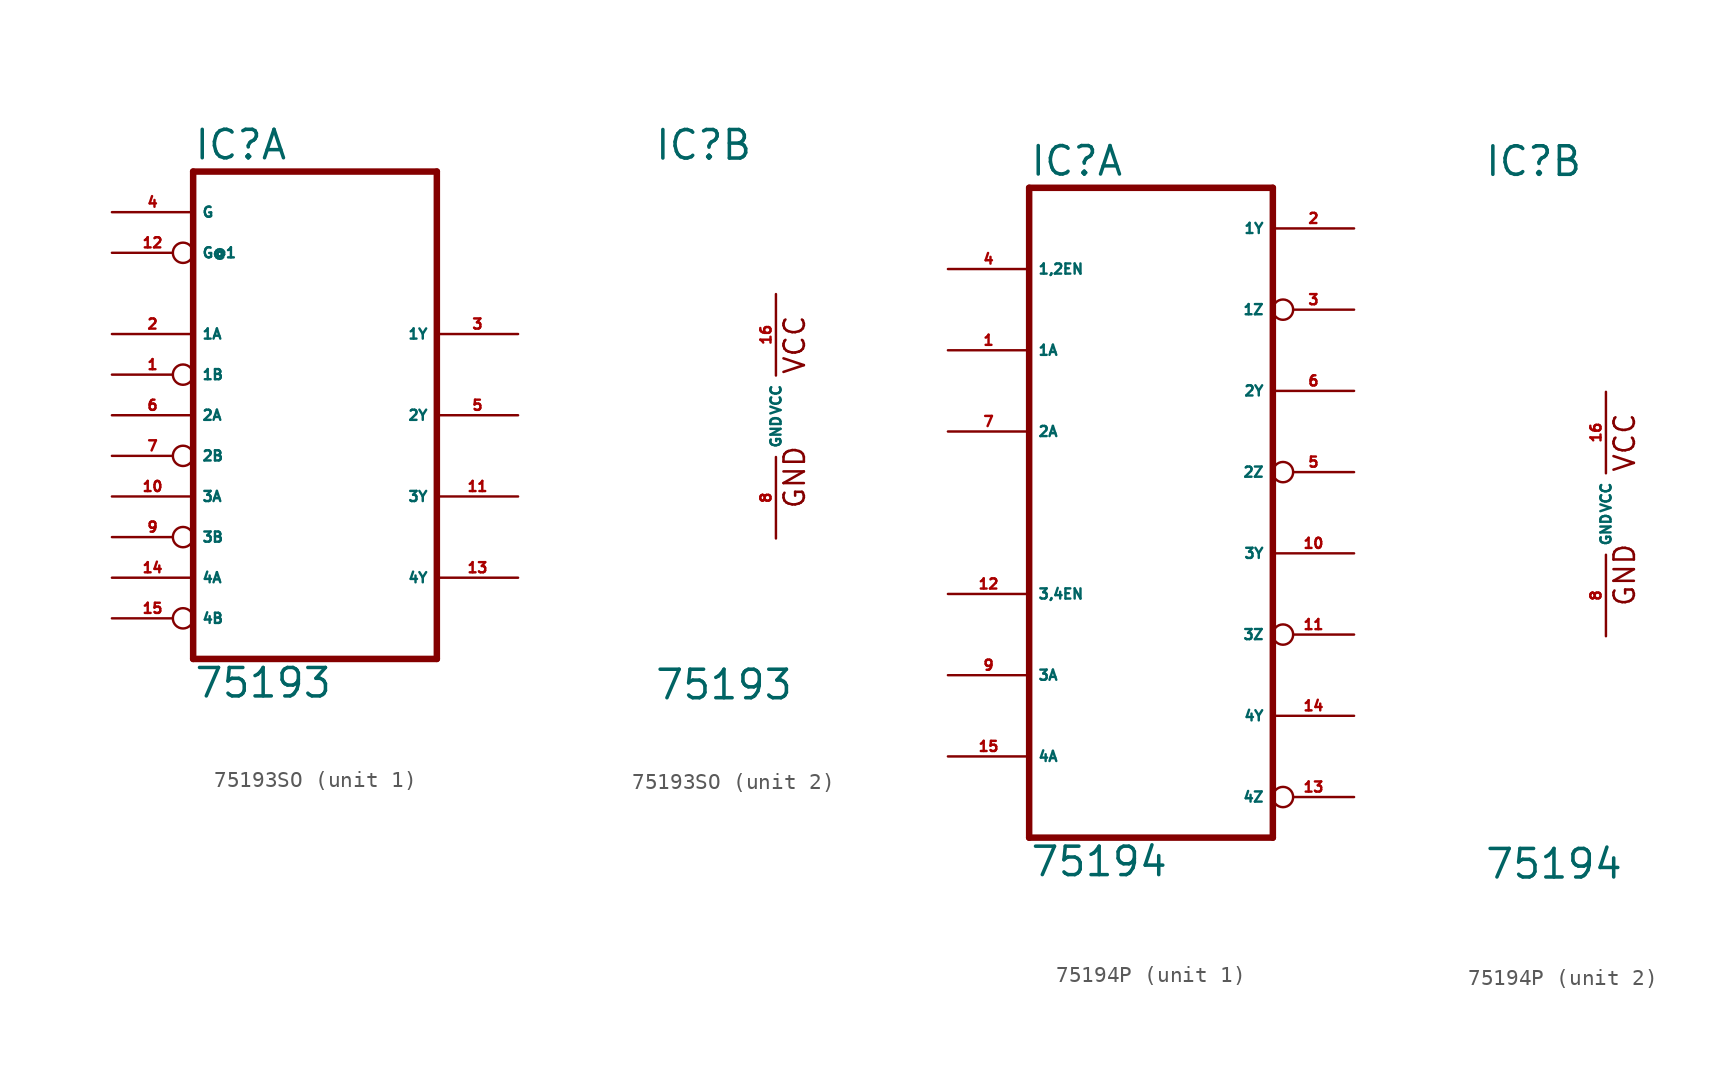
<source format=kicad_sym>
(kicad_symbol_lib
  (version 20220914)
  (generator Eagle2Kicad)
  (symbol "75193SO"
    (property "Reference" "IC"
      (at -7.62 15.875 0)
      (effects (font (size 1.778 1.778) (thickness 0.22)) (justify left bottom)))
    (property "Value" "75193"
      (at -7.62 -17.78 0)
      (effects (font (size 1.778 1.778) (thickness 0.22)) (justify left bottom)))
    (symbol "75193SO_1_0"
      (polyline (pts (xy -7.62 -15.24) (xy 7.62 -15.24)) (stroke (width 0.406) (type default)) (fill (type none)))
      (polyline (pts (xy 7.62 15.24) (xy 7.62 -15.24)) (stroke (width 0.406) (type default)) (fill (type none)))
      (polyline (pts (xy 7.62 15.24) (xy -7.62 15.24)) (stroke (width 0.406) (type default)) (fill (type none)))
      (polyline (pts (xy -7.62 -15.24) (xy -7.62 15.24)) (stroke (width 0.406) (type default)) (fill (type none)))
      (pin input line (at -12.7 12.7 0) (length 5.08) (name "G" (effects (font (size 0.635 0.635) (thickness 0.08)) (justify left bottom))) (number "4" (effects (font (size 0.635 0.635) (thickness 0.08)) (justify left bottom))))
      (pin input inverted (at -12.7 10.16 0) (length 5.08) (name "G@1" (effects (font (size 0.635 0.635) (thickness 0.08)) (justify left bottom))) (number "12" (effects (font (size 0.635 0.635) (thickness 0.08)) (justify left bottom))))
      (pin input line (at -12.7 5.08 0) (length 5.08) (name "1A" (effects (font (size 0.635 0.635) (thickness 0.08)) (justify left bottom))) (number "2" (effects (font (size 0.635 0.635) (thickness 0.08)) (justify left bottom))))
      (pin input line (at -12.7 0 0) (length 5.08) (name "2A" (effects (font (size 0.635 0.635) (thickness 0.08)) (justify left bottom))) (number "6" (effects (font (size 0.635 0.635) (thickness 0.08)) (justify left bottom))))
      (pin input line (at -12.7 -5.08 0) (length 5.08) (name "3A" (effects (font (size 0.635 0.635) (thickness 0.08)) (justify left bottom))) (number "10" (effects (font (size 0.635 0.635) (thickness 0.08)) (justify left bottom))))
      (pin input line (at -12.7 -10.16 0) (length 5.08) (name "4A" (effects (font (size 0.635 0.635) (thickness 0.08)) (justify left bottom))) (number "14" (effects (font (size 0.635 0.635) (thickness 0.08)) (justify left bottom))))
      (pin tri_state line (at 12.7 5.08 180) (length 5.08) (name "1Y" (effects (font (size 0.635 0.635) (thickness 0.08)) (justify left bottom))) (number "3" (effects (font (size 0.635 0.635) (thickness 0.08)) (justify left bottom))))
      (pin tri_state line (at 12.7 0 180) (length 5.08) (name "2Y" (effects (font (size 0.635 0.635) (thickness 0.08)) (justify left bottom))) (number "5" (effects (font (size 0.635 0.635) (thickness 0.08)) (justify left bottom))))
      (pin tri_state line (at 12.7 -5.08 180) (length 5.08) (name "3Y" (effects (font (size 0.635 0.635) (thickness 0.08)) (justify left bottom))) (number "11" (effects (font (size 0.635 0.635) (thickness 0.08)) (justify left bottom))))
      (pin tri_state line (at 12.7 -10.16 180) (length 5.08) (name "4Y" (effects (font (size 0.635 0.635) (thickness 0.08)) (justify left bottom))) (number "13" (effects (font (size 0.635 0.635) (thickness 0.08)) (justify left bottom))))
      (pin input inverted (at -12.7 2.54 0) (length 5.08) (name "1B" (effects (font (size 0.635 0.635) (thickness 0.08)) (justify left bottom))) (number "1" (effects (font (size 0.635 0.635) (thickness 0.08)) (justify left bottom))))
      (pin input inverted (at -12.7 -2.54 0) (length 5.08) (name "2B" (effects (font (size 0.635 0.635) (thickness 0.08)) (justify left bottom))) (number "7" (effects (font (size 0.635 0.635) (thickness 0.08)) (justify left bottom))))
      (pin input inverted (at -12.7 -7.62 0) (length 5.08) (name "3B" (effects (font (size 0.635 0.635) (thickness 0.08)) (justify left bottom))) (number "9" (effects (font (size 0.635 0.635) (thickness 0.08)) (justify left bottom))))
      (pin input inverted (at -12.7 -12.7 0) (length 5.08) (name "4B" (effects (font (size 0.635 0.635) (thickness 0.08)) (justify left bottom))) (number "15" (effects (font (size 0.635 0.635) (thickness 0.08)) (justify left bottom)))))
    (symbol "75193SO_2_0"
      (text "GND" (at 1.905 -5.842 900) (effects (font (size 1.27 1.27) (thickness 0.16)) (justify left bottom)))
      (text "VCC" (at 1.905 2.54 900) (effects (font (size 1.27 1.27) (thickness 0.16)) (justify left bottom)))
      (pin unspecified line (at 0 -7.62 90) (length 5.08) (name "GND" (effects (font (size 0.635 0.635) (thickness 0.08)) (justify left bottom))) (number "8" (effects (font (size 0.635 0.635) (thickness 0.08)) (justify left bottom))))
      (pin unspecified line (at 0 7.62 270) (length 5.08) (name "VCC" (effects (font (size 0.635 0.635) (thickness 0.08)) (justify left bottom))) (number "16" (effects (font (size 0.635 0.635) (thickness 0.08)) (justify left bottom))))))
  (symbol "75194P"
    (property "Reference" "IC"
      (at -7.62 20.955 0)
      (effects (font (size 1.778 1.778) (thickness 0.22)) (justify left bottom)))
    (property "Value" "75194"
      (at -7.62 -22.86 0)
      (effects (font (size 1.778 1.778) (thickness 0.22)) (justify left bottom)))
    (symbol "75194P_1_0"
      (polyline (pts (xy 7.62 20.32) (xy -7.62 20.32)) (stroke (width 0.406) (type default)) (fill (type none)))
      (polyline (pts (xy -7.62 -20.32) (xy 7.62 -20.32)) (stroke (width 0.406) (type default)) (fill (type none)))
      (polyline (pts (xy 7.62 20.32) (xy 7.62 -20.32)) (stroke (width 0.406) (type default)) (fill (type none)))
      (polyline (pts (xy -7.62 -20.32) (xy -7.62 20.32)) (stroke (width 0.406) (type default)) (fill (type none)))
      (pin input line (at -12.7 15.24 0) (length 5.08) (name "1,2EN" (effects (font (size 0.635 0.635) (thickness 0.08)) (justify left bottom))) (number "4" (effects (font (size 0.635 0.635) (thickness 0.08)) (justify left bottom))))
      (pin input line (at -12.7 10.16 0) (length 5.08) (name "1A" (effects (font (size 0.635 0.635) (thickness 0.08)) (justify left bottom))) (number "1" (effects (font (size 0.635 0.635) (thickness 0.08)) (justify left bottom))))
      (pin input line (at -12.7 5.08 0) (length 5.08) (name "2A" (effects (font (size 0.635 0.635) (thickness 0.08)) (justify left bottom))) (number "7" (effects (font (size 0.635 0.635) (thickness 0.08)) (justify left bottom))))
      (pin tri_state line (at 12.7 17.78 180) (length 5.08) (name "1Y" (effects (font (size 0.635 0.635) (thickness 0.08)) (justify left bottom))) (number "2" (effects (font (size 0.635 0.635) (thickness 0.08)) (justify left bottom))))
      (pin tri_state inverted (at 12.7 12.7 180) (length 5.08) (name "1Z" (effects (font (size 0.635 0.635) (thickness 0.08)) (justify left bottom))) (number "3" (effects (font (size 0.635 0.635) (thickness 0.08)) (justify left bottom))))
      (pin tri_state line (at 12.7 7.62 180) (length 5.08) (name "2Y" (effects (font (size 0.635 0.635) (thickness 0.08)) (justify left bottom))) (number "6" (effects (font (size 0.635 0.635) (thickness 0.08)) (justify left bottom))))
      (pin tri_state inverted (at 12.7 2.54 180) (length 5.08) (name "2Z" (effects (font (size 0.635 0.635) (thickness 0.08)) (justify left bottom))) (number "5" (effects (font (size 0.635 0.635) (thickness 0.08)) (justify left bottom))))
      (pin input line (at -12.7 -5.08 0) (length 5.08) (name "3,4EN" (effects (font (size 0.635 0.635) (thickness 0.08)) (justify left bottom))) (number "12" (effects (font (size 0.635 0.635) (thickness 0.08)) (justify left bottom))))
      (pin input line (at -12.7 -10.16 0) (length 5.08) (name "3A" (effects (font (size 0.635 0.635) (thickness 0.08)) (justify left bottom))) (number "9" (effects (font (size 0.635 0.635) (thickness 0.08)) (justify left bottom))))
      (pin input line (at -12.7 -15.24 0) (length 5.08) (name "4A" (effects (font (size 0.635 0.635) (thickness 0.08)) (justify left bottom))) (number "15" (effects (font (size 0.635 0.635) (thickness 0.08)) (justify left bottom))))
      (pin tri_state line (at 12.7 -2.54 180) (length 5.08) (name "3Y" (effects (font (size 0.635 0.635) (thickness 0.08)) (justify left bottom))) (number "10" (effects (font (size 0.635 0.635) (thickness 0.08)) (justify left bottom))))
      (pin tri_state inverted (at 12.7 -7.62 180) (length 5.08) (name "3Z" (effects (font (size 0.635 0.635) (thickness 0.08)) (justify left bottom))) (number "11" (effects (font (size 0.635 0.635) (thickness 0.08)) (justify left bottom))))
      (pin tri_state line (at 12.7 -12.7 180) (length 5.08) (name "4Y" (effects (font (size 0.635 0.635) (thickness 0.08)) (justify left bottom))) (number "14" (effects (font (size 0.635 0.635) (thickness 0.08)) (justify left bottom))))
      (pin tri_state inverted (at 12.7 -17.78 180) (length 5.08) (name "4Z" (effects (font (size 0.635 0.635) (thickness 0.08)) (justify left bottom))) (number "13" (effects (font (size 0.635 0.635) (thickness 0.08)) (justify left bottom)))))
    (symbol "75194P_2_0"
      (text "GND" (at 1.905 -5.842 900) (effects (font (size 1.27 1.27) (thickness 0.16)) (justify left bottom)))
      (text "VCC" (at 1.905 2.54 900) (effects (font (size 1.27 1.27) (thickness 0.16)) (justify left bottom)))
      (pin unspecified line (at 0 -7.62 90) (length 5.08) (name "GND" (effects (font (size 0.635 0.635) (thickness 0.08)) (justify left bottom))) (number "8" (effects (font (size 0.635 0.635) (thickness 0.08)) (justify left bottom))))
      (pin unspecified line (at 0 7.62 270) (length 5.08) (name "VCC" (effects (font (size 0.635 0.635) (thickness 0.08)) (justify left bottom))) (number "16" (effects (font (size 0.635 0.635) (thickness 0.08)) (justify left bottom)))))))
</source>
